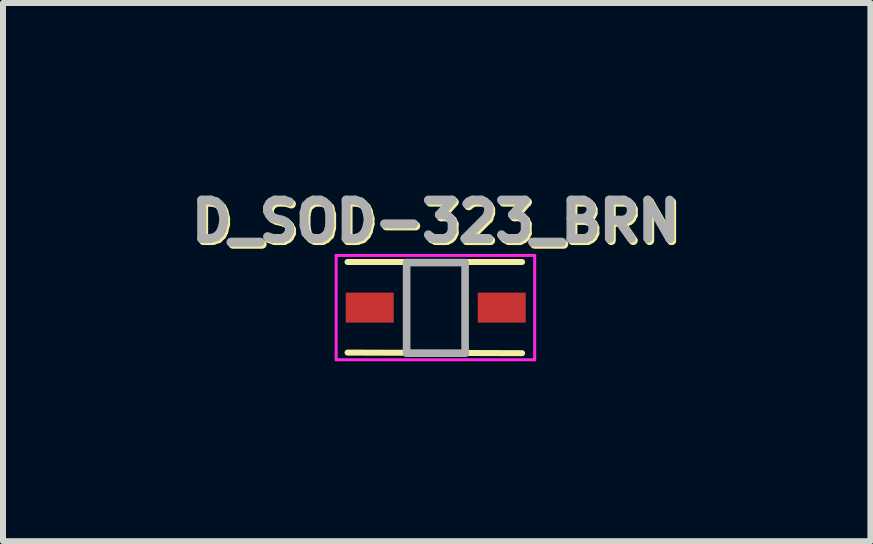
<source format=kicad_pcb>
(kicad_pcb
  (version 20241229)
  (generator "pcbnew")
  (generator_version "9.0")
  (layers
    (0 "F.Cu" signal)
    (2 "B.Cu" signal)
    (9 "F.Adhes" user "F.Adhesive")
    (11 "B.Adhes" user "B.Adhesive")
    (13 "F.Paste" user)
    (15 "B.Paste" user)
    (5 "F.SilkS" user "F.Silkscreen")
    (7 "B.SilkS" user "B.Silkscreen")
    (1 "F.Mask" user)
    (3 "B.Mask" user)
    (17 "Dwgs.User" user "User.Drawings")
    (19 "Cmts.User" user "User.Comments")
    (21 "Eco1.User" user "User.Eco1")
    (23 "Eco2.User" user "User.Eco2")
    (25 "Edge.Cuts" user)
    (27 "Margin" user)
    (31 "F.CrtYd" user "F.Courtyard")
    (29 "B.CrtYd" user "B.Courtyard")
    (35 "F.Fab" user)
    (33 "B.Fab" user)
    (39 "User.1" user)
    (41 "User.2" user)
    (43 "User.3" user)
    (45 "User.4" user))
  (footprint "D_SOD-323_BRN"
    (layer "F.Cu")
    (at 4.214 2.078)
    (property "Reference" "D_SOD-323_BRN" (at 0.032 -1.406 0) (layer "F.SilkS") (effects (font (size 0.64 0.64) (thickness 0.15))))
    (attr smd)
    (fp_line (start -1.47 0.75) (end 1.44 0.76) (stroke (width 0.1) (type solid)) (layer "F.SilkS"))
    (fp_line (start 1.44 -0.76) (end -1.47 -0.76) (stroke (width 0.1) (type solid)) (layer "F.SilkS"))
    (fp_line (start -1.66 -0.87) (end -1.66 0.87) (stroke (width 0.05) (type solid)) (layer "F.CrtYd"))
    (fp_line (start -1.66 0.87) (end 1.65 0.87) (stroke (width 0.05) (type solid)) (layer "F.CrtYd"))
    (fp_line (start 1.65 -0.87) (end -1.66 -0.87) (stroke (width 0.05) (type solid)) (layer "F.CrtYd"))
    (fp_line (start 1.65 0.87) (end 1.65 -0.87) (stroke (width 0.05) (type solid)) (layer "F.CrtYd"))
    (fp_line (start -0.485 -0.75) (end -0.485 0.76) (stroke (width 0.127) (type solid)) (layer "F.Fab"))
    (fp_line (start -0.485 0.76) (end 0.49 0.76) (stroke (width 0.127) (type solid)) (layer "F.Fab"))
    (fp_line (start 0.49 -0.75) (end -0.485 -0.75) (stroke (width 0.127) (type solid)) (layer "F.Fab"))
    (fp_line (start 0.49 0.76) (end 0.49 -0.74) (stroke (width 0.127) (type solid)) (layer "F.Fab"))
    (fp_text user "${REFERENCE}" (at 0 -1.44 0) (unlocked yes) (layer "F.Fab") (effects (font (size 0.64 0.64) (thickness 0.15) (bold yes))))
    (pad "1" smd rect (at -1.1 0) (size 0.8 0.5) (layers "F.Cu" "F.Mask" "F.Paste"))
    (pad "2" smd rect (at 1.1 0) (size 0.8 0.5) (layers "F.Cu" "F.Mask" "F.Paste")))
  (gr_rect
    (start -3 -3)
    (end 11.461 5.973)
    (stroke (width 0.1) (type default))
    (fill no)
    (layer "Edge.Cuts")))
</source>
